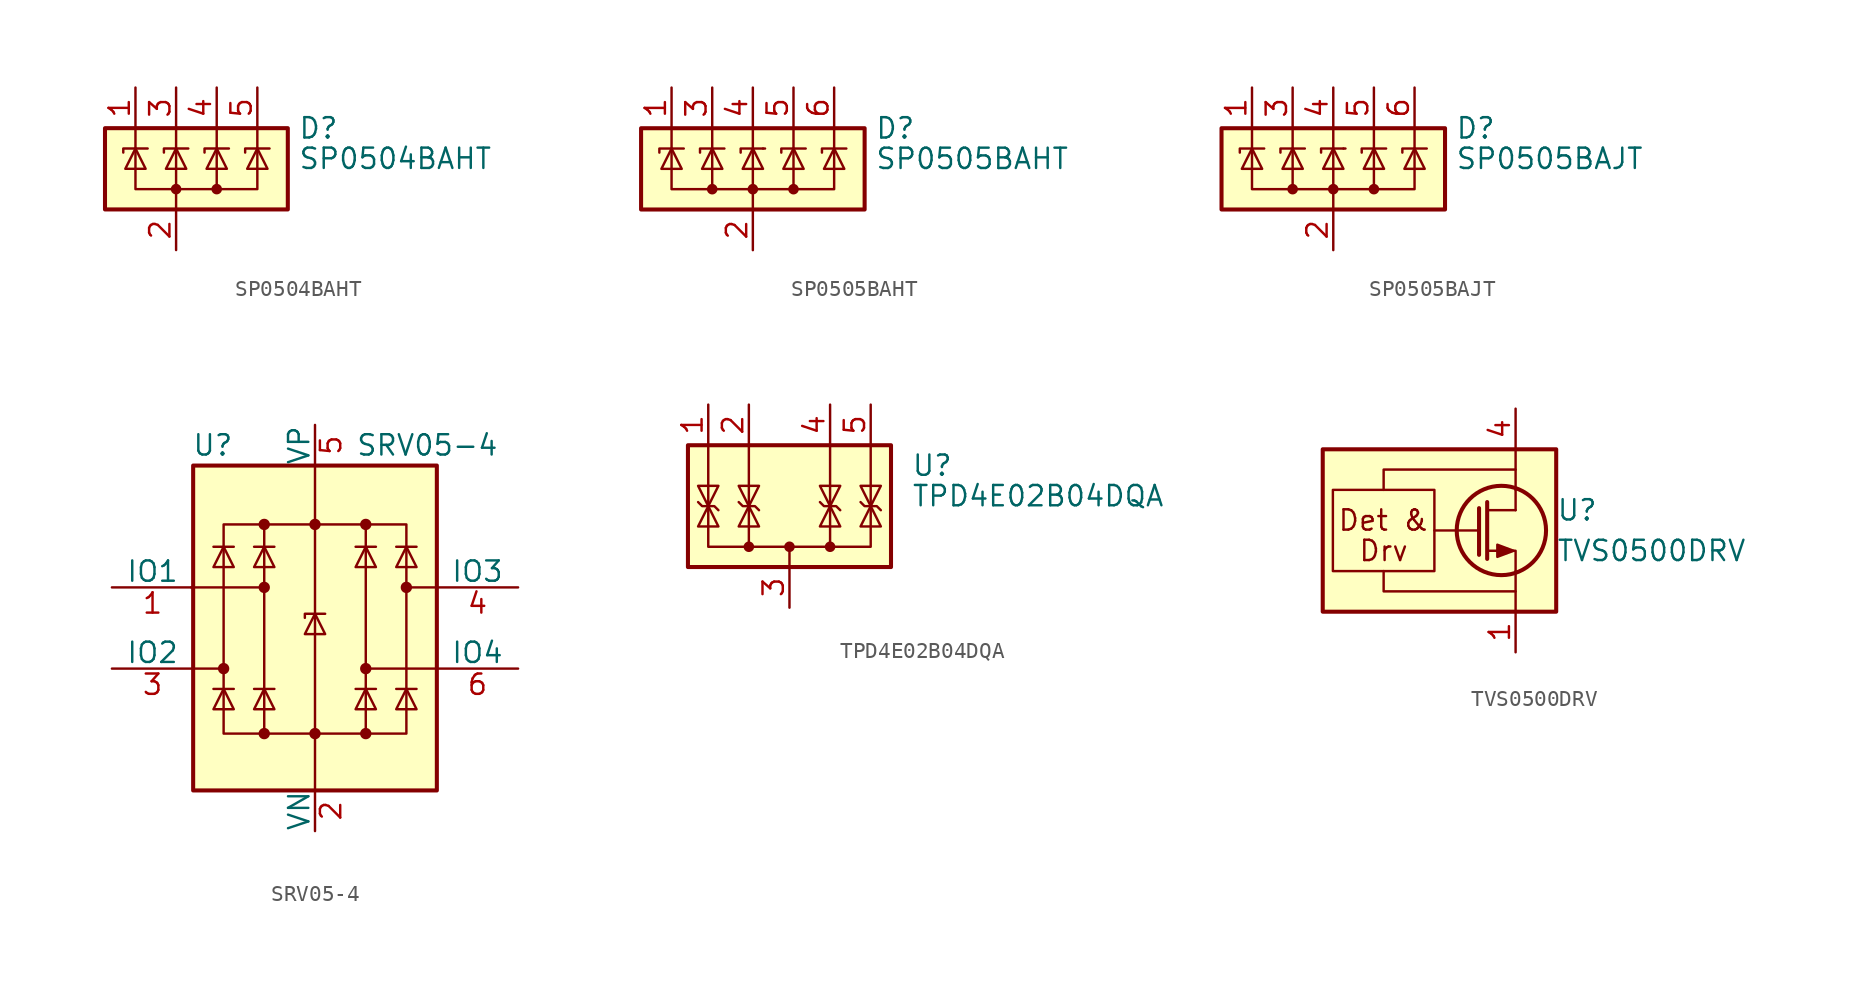
<source format=kicad_sym>
(kicad_symbol_lib
  (version 20200908)
  (generator kicad_symbol_editor)
  (symbol "Power_Protection:SP0504BAHT"
    (pin_names hide)
    (property "Reference" "D"
      (at 7.62 2.54 0)
      (effects (font (size 1.27 1.27)) (justify left)))
    (property "Value" "SP0504BAHT"
      (at 7.62 0.635 0)
      (effects (font (size 1.27 1.27)) (justify left)))
    (symbol "SP0504BAHT_0_1"
      (circle (center 0 -1.27) (radius 0.254) (stroke (width 0)) (fill (type outline)))
      (circle (center 2.54 -1.27) (radius 0.254) (stroke (width 0)) (fill (type outline)))
      (rectangle (start -4.445 2.54) (end 6.985 -2.54) (stroke (width 0.254)) (fill (type background)))
      (polyline (pts (xy -2.54 2.54) (xy -2.54 1.27)) (stroke (width 0)) (fill (type none)))
      (polyline (pts (xy 0 -1.27) (xy 0 -2.54)) (stroke (width 0)) (fill (type none)))
      (polyline (pts (xy 0 -1.27) (xy 0 1.27)) (stroke (width 0)) (fill (type none)))
      (polyline (pts (xy 0 2.54) (xy 0 1.27)) (stroke (width 0)) (fill (type none)))
      (polyline (pts (xy 2.54 2.54) (xy 2.54 1.27)) (stroke (width 0)) (fill (type none)))
      (polyline (pts (xy 5.08 2.54) (xy 5.08 1.27)) (stroke (width 0)) (fill (type none)))
      (polyline (pts (xy -3.302 1.016) (xy -3.302 1.27) (xy -1.778 1.27)) (stroke (width 0)) (fill (type none)))
      (polyline (pts (xy 0.762 1.27) (xy -0.762 1.27) (xy -0.762 1.016)) (stroke (width 0)) (fill (type none)))
      (polyline (pts (xy 5.08 1.27) (xy 5.08 -1.27) (xy 2.54 -1.27)) (stroke (width 0)) (fill (type none)))
      (polyline (pts (xy -2.54 1.27) (xy -2.54 -1.27) (xy 2.54 -1.27) (xy 2.54 1.27)) (stroke (width 0)) (fill (type none)))
      (polyline (pts (xy -2.54 1.27) (xy -1.905 0) (xy -3.175 0) (xy -2.54 1.27)) (stroke (width 0)) (fill (type none)))
      (polyline (pts (xy 0.635 0) (xy -0.635 0) (xy 0 1.27) (xy 0.635 0)) (stroke (width 0)) (fill (type none)))
      (polyline (pts (xy 1.778 1.016) (xy 1.778 1.27) (xy 3.175 1.27) (xy 3.302 1.27)) (stroke (width 0)) (fill (type none)))
      (polyline (pts (xy 2.54 1.27) (xy 1.905 0) (xy 3.175 0) (xy 2.54 1.27)) (stroke (width 0)) (fill (type none)))
      (polyline (pts (xy 4.318 1.016) (xy 4.318 1.27) (xy 5.715 1.27) (xy 5.842 1.27)) (stroke (width 0)) (fill (type none)))
      (polyline (pts (xy 5.08 1.27) (xy 4.445 0) (xy 5.715 0) (xy 5.08 1.27)) (stroke (width 0)) (fill (type none))))
    (symbol "SP0504BAHT_0_0"
      (pin passive line (at 0 -5.08 90) (length 2.54) (name "A" (effects (font (size 1.27 1.27)))) (number "2" (effects (font (size 1.27 1.27))))))
    (symbol "SP0504BAHT_1_1"
      (pin passive line (at -2.54 5.08 270) (length 2.54) (name "K" (effects (font (size 1.27 1.27)))) (number "1" (effects (font (size 1.27 1.27)))))
      (pin passive line (at 0 5.08 270) (length 2.54) (name "K" (effects (font (size 1.27 1.27)))) (number "3" (effects (font (size 1.27 1.27)))))
      (pin passive line (at 2.54 5.08 270) (length 2.54) (name "K" (effects (font (size 1.27 1.27)))) (number "4" (effects (font (size 1.27 1.27)))))
      (pin passive line (at 5.08 5.08 270) (length 2.54) (name "K" (effects (font (size 1.27 1.27)))) (number "5" (effects (font (size 1.27 1.27)))))))
  (symbol "Power_Protection:SP0505BAHT"
    (pin_names hide)
    (property "Reference" "D"
      (at 7.62 2.54 0)
      (effects (font (size 1.27 1.27)) (justify left)))
    (property "Value" "SP0505BAHT"
      (at 7.62 0.635 0)
      (effects (font (size 1.27 1.27)) (justify left)))
    (symbol "SP0505BAHT_0_1"
      (circle (center -2.54 -1.27) (radius 0.254) (stroke (width 0)) (fill (type outline)))
      (circle (center 0 -1.27) (radius 0.254) (stroke (width 0)) (fill (type outline)))
      (circle (center 2.54 -1.27) (radius 0.254) (stroke (width 0)) (fill (type outline)))
      (rectangle (start -6.985 2.54) (end 6.985 -2.54) (stroke (width 0.254)) (fill (type background)))
      (polyline (pts (xy -5.08 2.54) (xy -5.08 1.27)) (stroke (width 0)) (fill (type none)))
      (polyline (pts (xy -2.54 2.54) (xy -2.54 1.27)) (stroke (width 0)) (fill (type none)))
      (polyline (pts (xy 0 -1.27) (xy 0 -2.54)) (stroke (width 0)) (fill (type none)))
      (polyline (pts (xy 0 -1.27) (xy 0 1.27)) (stroke (width 0)) (fill (type none)))
      (polyline (pts (xy 0 2.54) (xy 0 1.27)) (stroke (width 0)) (fill (type none)))
      (polyline (pts (xy 0.635 1.27) (xy 0.762 1.27)) (stroke (width 0)) (fill (type none)))
      (polyline (pts (xy 2.54 2.54) (xy 2.54 1.27)) (stroke (width 0)) (fill (type none)))
      (polyline (pts (xy 5.08 2.54) (xy 5.08 1.27)) (stroke (width 0)) (fill (type none)))
      (polyline (pts (xy -5.08 1.27) (xy -5.08 -1.27) (xy -2.54 -1.27)) (stroke (width 0)) (fill (type none)))
      (polyline (pts (xy 0.635 1.27) (xy -0.762 1.27) (xy -0.762 1.016)) (stroke (width 0)) (fill (type none)))
      (polyline (pts (xy 5.08 1.27) (xy 5.08 -1.27) (xy 2.54 -1.27)) (stroke (width 0)) (fill (type none)))
      (polyline (pts (xy -5.842 1.016) (xy -5.842 1.27) (xy -4.445 1.27) (xy -4.318 1.27)) (stroke (width 0)) (fill (type none)))
      (polyline (pts (xy -5.08 1.27) (xy -4.445 0) (xy -5.715 0) (xy -5.08 1.27)) (stroke (width 0)) (fill (type none)))
      (polyline (pts (xy -3.302 1.016) (xy -3.302 1.27) (xy -1.905 1.27) (xy -1.778 1.27)) (stroke (width 0)) (fill (type none)))
      (polyline (pts (xy -2.54 1.27) (xy -2.54 -1.27) (xy 2.54 -1.27) (xy 2.54 1.27)) (stroke (width 0)) (fill (type none)))
      (polyline (pts (xy -2.54 1.27) (xy -1.905 0) (xy -3.175 0) (xy -2.54 1.27)) (stroke (width 0)) (fill (type none)))
      (polyline (pts (xy 0.635 0) (xy -0.635 0) (xy 0 1.27) (xy 0.635 0)) (stroke (width 0)) (fill (type none)))
      (polyline (pts (xy 1.778 1.016) (xy 1.778 1.27) (xy 3.175 1.27) (xy 3.302 1.27)) (stroke (width 0)) (fill (type none)))
      (polyline (pts (xy 2.54 1.27) (xy 1.905 0) (xy 3.175 0) (xy 2.54 1.27)) (stroke (width 0)) (fill (type none)))
      (polyline (pts (xy 4.318 1.016) (xy 4.318 1.27) (xy 5.715 1.27) (xy 5.842 1.27)) (stroke (width 0)) (fill (type none)))
      (polyline (pts (xy 5.08 1.27) (xy 4.445 0) (xy 5.715 0) (xy 5.08 1.27)) (stroke (width 0)) (fill (type none))))
    (symbol "SP0505BAHT_0_0"
      (pin passive line (at 0 -5.08 90) (length 2.54) (name "A" (effects (font (size 1.27 1.27)))) (number "2" (effects (font (size 1.27 1.27))))))
    (symbol "SP0505BAHT_1_1"
      (pin passive line (at -5.08 5.08 270) (length 2.54) (name "K" (effects (font (size 1.27 1.27)))) (number "1" (effects (font (size 1.27 1.27)))))
      (pin passive line (at -2.54 5.08 270) (length 2.54) (name "K" (effects (font (size 1.27 1.27)))) (number "3" (effects (font (size 1.27 1.27)))))
      (pin passive line (at 0 5.08 270) (length 2.54) (name "K" (effects (font (size 1.27 1.27)))) (number "4" (effects (font (size 1.27 1.27)))))
      (pin passive line (at 2.54 5.08 270) (length 2.54) (name "K" (effects (font (size 1.27 1.27)))) (number "5" (effects (font (size 1.27 1.27)))))
      (pin passive line (at 5.08 5.08 270) (length 2.54) (name "K" (effects (font (size 1.27 1.27)))) (number "6" (effects (font (size 1.27 1.27)))))))
  (symbol "Power_Protection:SP0505BAJT"
    (pin_names hide)
    (property "Reference" "D"
      (at 7.62 2.54 0)
      (effects (font (size 1.27 1.27)) (justify left)))
    (property "Value" "SP0505BAJT"
      (at 7.62 0.635 0)
      (effects (font (size 1.27 1.27)) (justify left)))
    (symbol "SP0505BAJT_0_1"
      (circle (center -2.54 -1.27) (radius 0.254) (stroke (width 0)) (fill (type outline)))
      (circle (center 0 -1.27) (radius 0.254) (stroke (width 0)) (fill (type outline)))
      (circle (center 2.54 -1.27) (radius 0.254) (stroke (width 0)) (fill (type outline)))
      (rectangle (start -6.985 2.54) (end 6.985 -2.54) (stroke (width 0.254)) (fill (type background)))
      (polyline (pts (xy -5.08 2.54) (xy -5.08 1.27)) (stroke (width 0)) (fill (type none)))
      (polyline (pts (xy -2.54 2.54) (xy -2.54 1.27)) (stroke (width 0)) (fill (type none)))
      (polyline (pts (xy 0 -1.27) (xy 0 -2.54)) (stroke (width 0)) (fill (type none)))
      (polyline (pts (xy 0 -1.27) (xy 0 1.27)) (stroke (width 0)) (fill (type none)))
      (polyline (pts (xy 0 2.54) (xy 0 1.27)) (stroke (width 0)) (fill (type none)))
      (polyline (pts (xy 0.635 1.27) (xy 0.762 1.27)) (stroke (width 0)) (fill (type none)))
      (polyline (pts (xy 2.54 2.54) (xy 2.54 1.27)) (stroke (width 0)) (fill (type none)))
      (polyline (pts (xy 5.08 2.54) (xy 5.08 1.27)) (stroke (width 0)) (fill (type none)))
      (polyline (pts (xy -5.08 1.27) (xy -5.08 -1.27) (xy -2.54 -1.27)) (stroke (width 0)) (fill (type none)))
      (polyline (pts (xy 0.635 1.27) (xy -0.762 1.27) (xy -0.762 1.016)) (stroke (width 0)) (fill (type none)))
      (polyline (pts (xy 5.08 1.27) (xy 5.08 -1.27) (xy 2.54 -1.27)) (stroke (width 0)) (fill (type none)))
      (polyline (pts (xy -5.842 1.016) (xy -5.842 1.27) (xy -4.445 1.27) (xy -4.318 1.27)) (stroke (width 0)) (fill (type none)))
      (polyline (pts (xy -5.08 1.27) (xy -4.445 0) (xy -5.715 0) (xy -5.08 1.27)) (stroke (width 0)) (fill (type none)))
      (polyline (pts (xy -3.302 1.016) (xy -3.302 1.27) (xy -1.905 1.27) (xy -1.778 1.27)) (stroke (width 0)) (fill (type none)))
      (polyline (pts (xy -2.54 1.27) (xy -2.54 -1.27) (xy 2.54 -1.27) (xy 2.54 1.27)) (stroke (width 0)) (fill (type none)))
      (polyline (pts (xy -2.54 1.27) (xy -1.905 0) (xy -3.175 0) (xy -2.54 1.27)) (stroke (width 0)) (fill (type none)))
      (polyline (pts (xy 0.635 0) (xy -0.635 0) (xy 0 1.27) (xy 0.635 0)) (stroke (width 0)) (fill (type none)))
      (polyline (pts (xy 1.778 1.016) (xy 1.778 1.27) (xy 3.175 1.27) (xy 3.302 1.27)) (stroke (width 0)) (fill (type none)))
      (polyline (pts (xy 2.54 1.27) (xy 1.905 0) (xy 3.175 0) (xy 2.54 1.27)) (stroke (width 0)) (fill (type none)))
      (polyline (pts (xy 4.318 1.016) (xy 4.318 1.27) (xy 5.715 1.27) (xy 5.842 1.27)) (stroke (width 0)) (fill (type none)))
      (polyline (pts (xy 5.08 1.27) (xy 4.445 0) (xy 5.715 0) (xy 5.08 1.27)) (stroke (width 0)) (fill (type none))))
    (symbol "SP0505BAJT_0_0"
      (pin passive line (at 0 -5.08 90) (length 2.54) (name "A" (effects (font (size 1.27 1.27)))) (number "2" (effects (font (size 1.27 1.27))))))
    (symbol "SP0505BAJT_1_1"
      (pin passive line (at -5.08 5.08 270) (length 2.54) (name "K" (effects (font (size 1.27 1.27)))) (number "1" (effects (font (size 1.27 1.27)))))
      (pin passive line (at -2.54 5.08 270) (length 2.54) (name "K" (effects (font (size 1.27 1.27)))) (number "3" (effects (font (size 1.27 1.27)))))
      (pin passive line (at 0 5.08 270) (length 2.54) (name "K" (effects (font (size 1.27 1.27)))) (number "4" (effects (font (size 1.27 1.27)))))
      (pin passive line (at 2.54 5.08 270) (length 2.54) (name "K" (effects (font (size 1.27 1.27)))) (number "5" (effects (font (size 1.27 1.27)))))
      (pin passive line (at 5.08 5.08 270) (length 2.54) (name "K" (effects (font (size 1.27 1.27)))) (number "6" (effects (font (size 1.27 1.27)))))))
  (symbol "Power_Protection:SRV05-4"
    (pin_names
      (offset 0))
    (property "Reference" "U"
      (at -5.08 11.43 0)
      (effects (font (size 1.27 1.27)) (justify right)))
    (property "Value" "SRV05-4"
      (at 2.54 11.43 0)
      (effects (font (size 1.27 1.27)) (justify left)))
    (symbol "SRV05-4_0_1"
      (circle (center -5.715 -2.54) (radius 0.279) (stroke (width 0)) (fill (type outline)))
      (circle (center -3.175 -6.604) (radius 0.279) (stroke (width 0)) (fill (type outline)))
      (circle (center -3.175 2.54) (radius 0.279) (stroke (width 0)) (fill (type outline)))
      (circle (center -3.175 6.477) (radius 0.279) (stroke (width 0)) (fill (type outline)))
      (circle (center 0 -6.604) (radius 0.279) (stroke (width 0)) (fill (type outline)))
      (circle (center 0 6.477) (radius 0.279) (stroke (width 0)) (fill (type outline)))
      (circle (center 3.175 -6.604) (radius 0.279) (stroke (width 0)) (fill (type outline)))
      (circle (center 3.175 -2.54) (radius 0.279) (stroke (width 0)) (fill (type outline)))
      (circle (center 3.175 6.477) (radius 0.279) (stroke (width 0)) (fill (type outline)))
      (circle (center 5.715 2.54) (radius 0.279) (stroke (width 0)) (fill (type outline)))
      (rectangle (start -7.62 10.16) (end 7.62 -10.16) (stroke (width 0.254)) (fill (type background)))
      (polyline (pts (xy -7.747 2.54) (xy -3.175 2.54)) (stroke (width 0)) (fill (type none)))
      (polyline (pts (xy -7.62 -2.54) (xy -5.715 -2.54)) (stroke (width 0)) (fill (type none)))
      (polyline (pts (xy -5.08 -3.81) (xy -6.35 -3.81)) (stroke (width 0)) (fill (type none)))
      (polyline (pts (xy -5.08 5.08) (xy -6.35 5.08)) (stroke (width 0)) (fill (type none)))
      (polyline (pts (xy -2.54 -3.81) (xy -3.81 -3.81)) (stroke (width 0)) (fill (type none)))
      (polyline (pts (xy -2.54 5.08) (xy -3.81 5.08)) (stroke (width 0)) (fill (type none)))
      (polyline (pts (xy 0 10.16) (xy 0 -10.16)) (stroke (width 0)) (fill (type none)))
      (polyline (pts (xy 3.81 -3.81) (xy 2.54 -3.81)) (stroke (width 0)) (fill (type none)))
      (polyline (pts (xy 3.81 5.08) (xy 2.54 5.08)) (stroke (width 0)) (fill (type none)))
      (polyline (pts (xy 6.35 -3.81) (xy 5.08 -3.81)) (stroke (width 0)) (fill (type none)))
      (polyline (pts (xy 6.35 5.08) (xy 5.08 5.08)) (stroke (width 0)) (fill (type none)))
      (polyline (pts (xy 7.62 -2.54) (xy 3.175 -2.54)) (stroke (width 0)) (fill (type none)))
      (polyline (pts (xy 7.62 2.54) (xy 5.715 2.54)) (stroke (width 0)) (fill (type none)))
      (polyline (pts (xy 0.635 0.889) (xy -0.635 0.889) (xy -0.635 0.635)) (stroke (width 0)) (fill (type none)))
      (polyline (pts (xy -5.08 -5.08) (xy -6.35 -5.08) (xy -5.715 -3.81) (xy -5.08 -5.08)) (stroke (width 0)) (fill (type none)))
      (polyline (pts (xy -5.08 3.81) (xy -6.35 3.81) (xy -5.715 5.08) (xy -5.08 3.81)) (stroke (width 0)) (fill (type none)))
      (polyline (pts (xy -2.54 -5.08) (xy -3.81 -5.08) (xy -3.175 -3.81) (xy -2.54 -5.08)) (stroke (width 0)) (fill (type none)))
      (polyline (pts (xy -2.54 3.81) (xy -3.81 3.81) (xy -3.175 5.08) (xy -2.54 3.81)) (stroke (width 0)) (fill (type none)))
      (polyline (pts (xy 0.635 -0.381) (xy -0.635 -0.381) (xy 0 0.889) (xy 0.635 -0.381)) (stroke (width 0)) (fill (type none)))
      (polyline (pts (xy 3.81 -5.08) (xy 2.54 -5.08) (xy 3.175 -3.81) (xy 3.81 -5.08)) (stroke (width 0)) (fill (type none)))
      (polyline (pts (xy 3.81 3.81) (xy 2.54 3.81) (xy 3.175 5.08) (xy 3.81 3.81)) (stroke (width 0)) (fill (type none)))
      (polyline (pts (xy 6.35 -5.08) (xy 5.08 -5.08) (xy 5.715 -3.81) (xy 6.35 -5.08)) (stroke (width 0)) (fill (type none)))
      (polyline (pts (xy 6.35 3.81) (xy 5.08 3.81) (xy 5.715 5.08) (xy 6.35 3.81)) (stroke (width 0)) (fill (type none))))
    (symbol "SRV05-4_0_0"
      (rectangle (start -5.715 6.477) (end 5.715 -6.604) (stroke (width 0)) (fill (type none)))
      (polyline (pts (xy -3.175 -6.604) (xy -3.175 6.477)) (stroke (width 0)) (fill (type none)))
      (polyline (pts (xy 3.175 6.477) (xy 3.175 -6.604)) (stroke (width 0)) (fill (type none))))
    (symbol "SRV05-4_1_1"
      (pin passive line (at -12.7 2.54 0) (length 5.08) (name "IO1" (effects (font (size 1.27 1.27)))) (number "1" (effects (font (size 1.27 1.27)))))
      (pin passive line (at 0 -12.7 90) (length 2.54) (name "VN" (effects (font (size 1.27 1.27)))) (number "2" (effects (font (size 1.27 1.27)))))
      (pin passive line (at -12.7 -2.54 0) (length 5.08) (name "IO2" (effects (font (size 1.27 1.27)))) (number "3" (effects (font (size 1.27 1.27)))))
      (pin passive line (at 12.7 2.54 180) (length 5.08) (name "IO3" (effects (font (size 1.27 1.27)))) (number "4" (effects (font (size 1.27 1.27)))))
      (pin passive line (at 0 12.7 270) (length 2.54) (name "VP" (effects (font (size 1.27 1.27)))) (number "5" (effects (font (size 1.27 1.27)))))
      (pin passive line (at 12.7 -2.54 180) (length 5.08) (name "IO4" (effects (font (size 1.27 1.27)))) (number "6" (effects (font (size 1.27 1.27)))))))
  (symbol "Power_Protection:TPD4E02B04DQA"
    (pin_names hide)
    (property "Reference" "U"
      (at 7.62 3.81 0)
      (effects (font (size 1.27 1.27)) (justify left)))
    (property "Value" "TPD4E02B04DQA"
      (at 7.62 1.905 0)
      (effects (font (size 1.27 1.27)) (justify left)))
    (symbol "TPD4E02B04DQA_0_1"
      (circle (center 0 -1.27) (radius 0.254) (stroke (width 0)) (fill (type outline)))
      (circle (center 2.54 -1.27) (radius 0.254) (stroke (width 0)) (fill (type outline)))
      (rectangle (start -6.35 5.08) (end 6.35 -2.54) (stroke (width 0.254)) (fill (type background)))
      (polyline (pts (xy -2.54 5.08) (xy -2.54 -1.27)) (stroke (width 0)) (fill (type none)))
      (polyline (pts (xy 0 -1.27) (xy 0 -2.54)) (stroke (width 0)) (fill (type none)))
      (polyline (pts (xy 2.54 5.08) (xy 2.54 -1.27)) (stroke (width 0)) (fill (type none)))
      (polyline (pts (xy -5.08 5.08) (xy -5.08 -1.27) (xy 5.08 -1.27) (xy 5.08 5.08)) (stroke (width 0)) (fill (type none)))
      (polyline (pts (xy -4.445 0) (xy -5.715 0) (xy -5.08 1.27) (xy -4.445 0)) (stroke (width 0)) (fill (type none)))
      (polyline (pts (xy -3.175 1.524) (xy -2.921 1.27) (xy -2.159 1.27) (xy -1.905 1.016)) (stroke (width 0)) (fill (type none)))
      (polyline (pts (xy -2.54 1.27) (xy -1.905 0) (xy -3.175 0) (xy -2.54 1.27)) (stroke (width 0)) (fill (type none)))
      (polyline (pts (xy 2.54 1.27) (xy 1.905 0) (xy 3.175 0) (xy 2.54 1.27)) (stroke (width 0)) (fill (type none)))
      (polyline (pts (xy 5.08 1.27) (xy 4.445 0) (xy 5.715 0) (xy 5.08 1.27)) (stroke (width 0)) (fill (type none))))
    (symbol "TPD4E02B04DQA_1_1"
      (circle (center -2.54 -1.27) (radius 0.254) (stroke (width 0)) (fill (type outline)))
      (polyline (pts (xy -5.715 1.524) (xy -5.461 1.27) (xy -4.699 1.27) (xy -4.445 1.016)) (stroke (width 0)) (fill (type none)))
      (polyline (pts (xy -5.08 1.27) (xy -5.715 2.54) (xy -4.445 2.54) (xy -5.08 1.27)) (stroke (width 0)) (fill (type none)))
      (polyline (pts (xy -2.54 1.27) (xy -3.175 2.54) (xy -1.905 2.54) (xy -2.54 1.27)) (stroke (width 0)) (fill (type none)))
      (polyline (pts (xy 1.905 1.524) (xy 2.159 1.27) (xy 2.921 1.27) (xy 3.175 1.016)) (stroke (width 0)) (fill (type none)))
      (polyline (pts (xy 2.54 1.27) (xy 1.905 2.54) (xy 3.175 2.54) (xy 2.54 1.27)) (stroke (width 0)) (fill (type none)))
      (polyline (pts (xy 4.445 1.524) (xy 4.699 1.27) (xy 5.461 1.27) (xy 5.715 1.016)) (stroke (width 0)) (fill (type none)))
      (polyline (pts (xy 5.08 1.27) (xy 4.445 2.54) (xy 5.715 2.54) (xy 5.08 1.27)) (stroke (width 0)) (fill (type none)))
      (pin passive line (at -5.08 7.62 270) (length 2.54) (name "IO1" (effects (font (size 1.27 1.27)))) (number "1" (effects (font (size 1.27 1.27)))))
      (pin unconnected line (at -5.08 -2.54 90) (length 2.54) hide (name "NC" (effects (font (size 1.27 1.27)))) (number "10" (effects (font (size 1.27 1.27)))))
      (pin passive line (at -2.54 7.62 270) (length 2.54) (name "IO2" (effects (font (size 1.27 1.27)))) (number "2" (effects (font (size 1.27 1.27)))))
      (pin passive line (at 2.54 7.62 270) (length 2.54) (name "IO3" (effects (font (size 1.27 1.27)))) (number "4" (effects (font (size 1.27 1.27)))))
      (pin passive line (at 5.08 7.62 270) (length 2.54) (name "IO4" (effects (font (size 1.27 1.27)))) (number "5" (effects (font (size 1.27 1.27)))))
      (pin unconnected line (at 5.08 -2.54 90) (length 2.54) hide (name "NC" (effects (font (size 1.27 1.27)))) (number "6" (effects (font (size 1.27 1.27)))))
      (pin unconnected line (at 2.54 -2.54 90) (length 2.54) hide (name "NC" (effects (font (size 1.27 1.27)))) (number "7" (effects (font (size 1.27 1.27)))))
      (pin passive line (at 0 -5.08 90) (length 2.54) hide (name "G" (effects (font (size 1.27 1.27)))) (number "8" (effects (font (size 1.27 1.27)))))
      (pin unconnected line (at -2.54 -2.54 90) (length 2.54) hide (name "NC" (effects (font (size 1.27 1.27)))) (number "9" (effects (font (size 1.27 1.27))))))
    (symbol "TPD4E02B04DQA_0_0"
      (pin passive line (at 0 -5.08 90) (length 2.54) (name "G" (effects (font (size 1.27 1.27)))) (number "3" (effects (font (size 1.27 1.27)))))))
  (symbol "Power_Protection:TVS0500DRV"
    (pin_names
      (offset 0) hide)
    (property "Reference" "U"
      (at 2.54 1.27 0)
      (effects (font (size 1.27 1.27)) (justify left)))
    (property "Value" "TVS0500DRV"
      (at 2.54 -1.27 0)
      (effects (font (size 1.27 1.27)) (justify left)))
    (symbol "TVS0500DRV_0_1"
      (circle (center -0.889 0) (radius 2.794) (stroke (width 0.254)) (fill (type none)))
      (rectangle (start -12.065 5.08) (end 2.54 -5.08) (stroke (width 0.254)) (fill (type background)))
      (polyline (pts (xy -2.286 0) (xy -5.08 0)) (stroke (width 0)) (fill (type none)))
      (polyline (pts (xy -2.286 1.397) (xy -2.286 -1.524)) (stroke (width 0.254)) (fill (type none)))
      (polyline (pts (xy -1.778 1.778) (xy -1.778 -1.778)) (stroke (width 0.254)) (fill (type none)))
      (polyline (pts (xy 0 -2.54) (xy 0 -5.08)) (stroke (width 0)) (fill (type none)))
      (polyline (pts (xy 0 2.54) (xy 0 1.27)) (stroke (width 0)) (fill (type none)))
      (polyline (pts (xy 0 5.08) (xy 0 2.54)) (stroke (width 0)) (fill (type none)))
      (polyline (pts (xy 0 -2.54) (xy 0 -1.27) (xy -1.778 -1.27)) (stroke (width 0)) (fill (type none)))
      (polyline (pts (xy -0.127 -1.27) (xy -1.143 -1.651) (xy -1.143 -0.889) (xy -0.127 -1.27)) (stroke (width 0)) (fill (type outline))))
    (symbol "TVS0500DRV_0_0"
      (text "Det &" (at -8.255 0.635 0) (effects (font (size 1.27 1.27))))
      (text "Drv" (at -8.255 -1.27 0) (effects (font (size 1.27 1.27))))
      (rectangle (start -11.43 2.54) (end -5.08 -2.54) (stroke (width 0)) (fill (type none)))
      (polyline (pts (xy 0 1.27) (xy -1.778 1.27)) (stroke (width 0)) (fill (type none)))
      (polyline (pts (xy -8.255 -2.54) (xy -8.255 -3.81) (xy 0 -3.81)) (stroke (width 0)) (fill (type none)))
      (polyline (pts (xy -8.255 2.54) (xy -8.255 3.81) (xy 0 3.81)) (stroke (width 0)) (fill (type none))))
    (symbol "TVS0500DRV_1_1"
      (pin power_in line (at 0 -7.62 90) (length 2.54) (name "GND" (effects (font (size 1.27 1.27)))) (number "1" (effects (font (size 1.27 1.27)))))
      (pin power_in line (at 0 -7.62 90) (length 2.54) hide (name "GND" (effects (font (size 1.27 1.27)))) (number "2" (effects (font (size 1.27 1.27)))))
      (pin power_in line (at 0 -7.62 90) (length 2.54) hide (name "GND" (effects (font (size 1.27 1.27)))) (number "3" (effects (font (size 1.27 1.27)))))
      (pin passive line (at 0 7.62 270) (length 2.54) (name "IN" (effects (font (size 1.27 1.27)))) (number "4" (effects (font (size 1.27 1.27)))))
      (pin passive line (at 0 7.62 270) (length 2.54) hide (name "IN" (effects (font (size 1.27 1.27)))) (number "5" (effects (font (size 1.27 1.27)))))
      (pin passive line (at 0 7.62 270) (length 2.54) hide (name "IN" (effects (font (size 1.27 1.27)))) (number "6" (effects (font (size 1.27 1.27)))))
      (pin power_in line (at 0 -7.62 90) (length 2.54) hide (name "GND" (effects (font (size 1.27 1.27)))) (number "7" (effects (font (size 1.27 1.27))))))))
</source>
